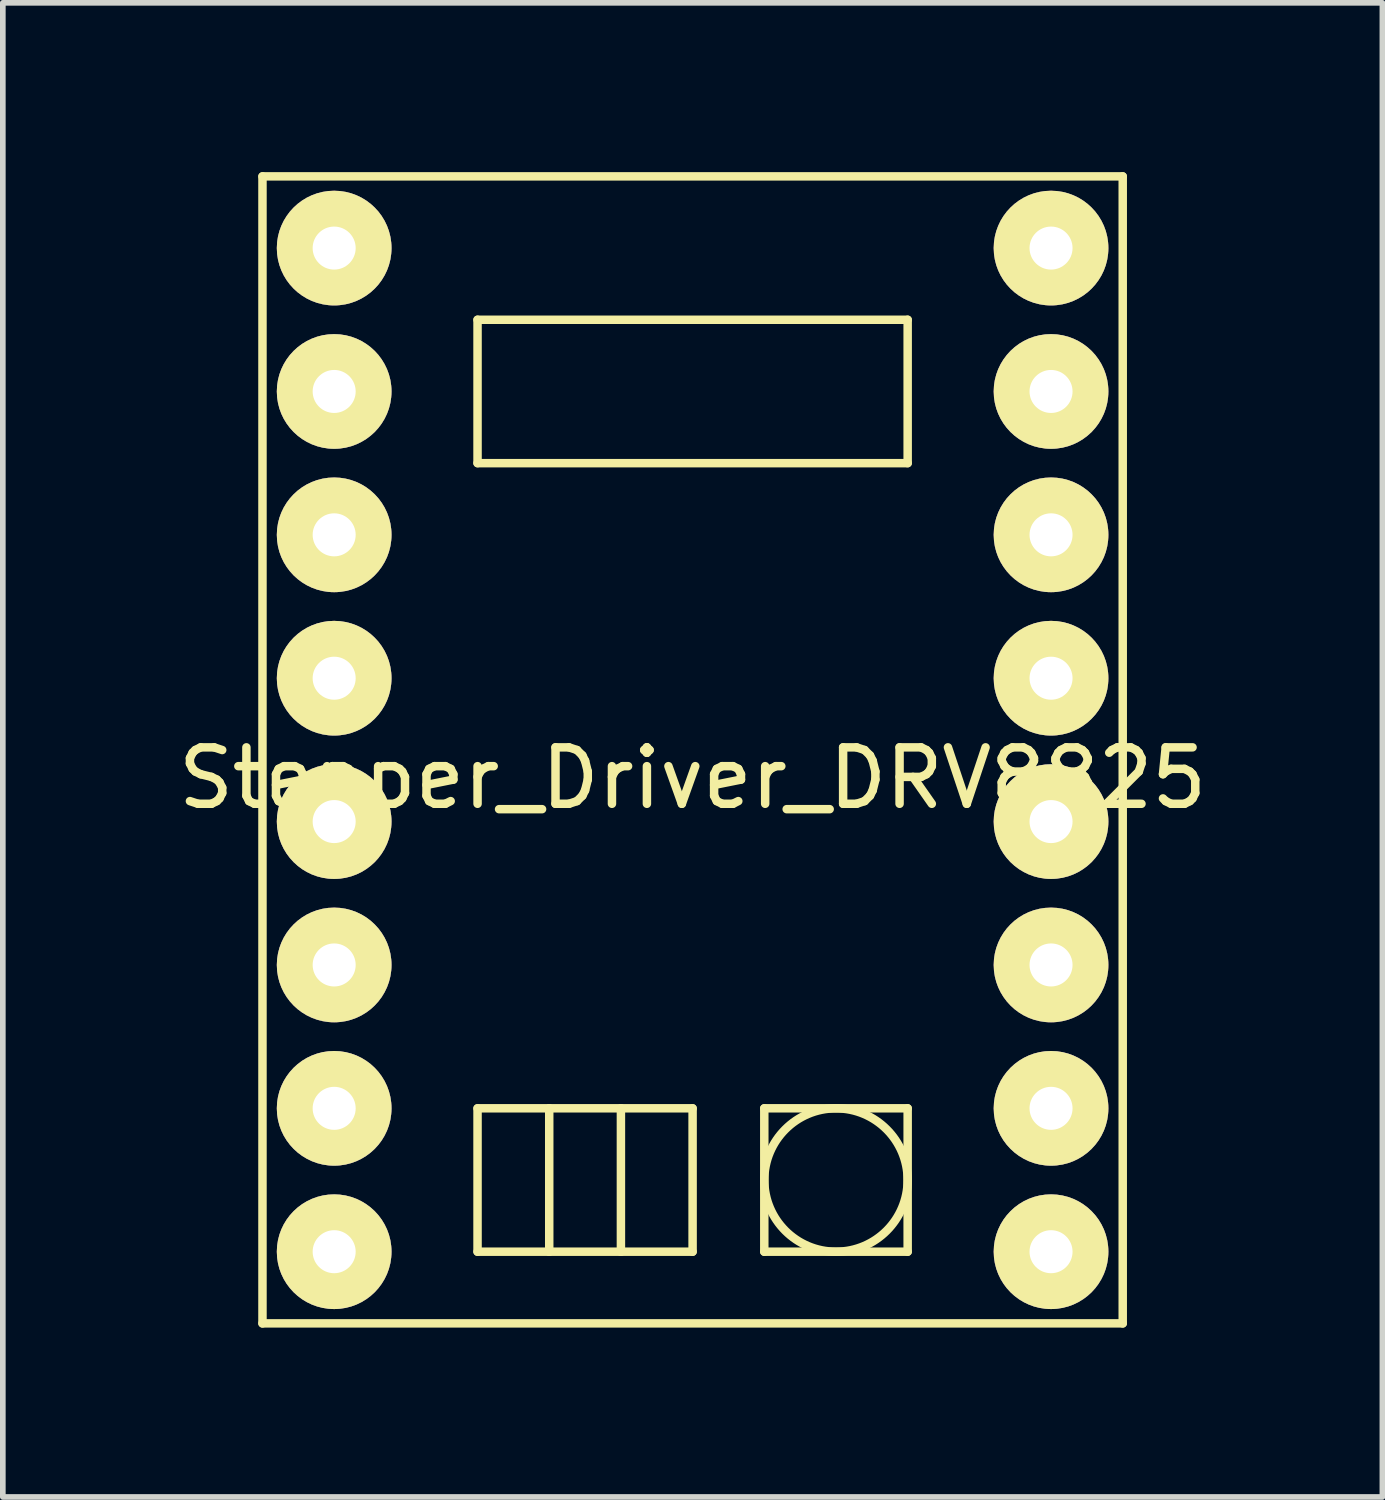
<source format=kicad_pcb>
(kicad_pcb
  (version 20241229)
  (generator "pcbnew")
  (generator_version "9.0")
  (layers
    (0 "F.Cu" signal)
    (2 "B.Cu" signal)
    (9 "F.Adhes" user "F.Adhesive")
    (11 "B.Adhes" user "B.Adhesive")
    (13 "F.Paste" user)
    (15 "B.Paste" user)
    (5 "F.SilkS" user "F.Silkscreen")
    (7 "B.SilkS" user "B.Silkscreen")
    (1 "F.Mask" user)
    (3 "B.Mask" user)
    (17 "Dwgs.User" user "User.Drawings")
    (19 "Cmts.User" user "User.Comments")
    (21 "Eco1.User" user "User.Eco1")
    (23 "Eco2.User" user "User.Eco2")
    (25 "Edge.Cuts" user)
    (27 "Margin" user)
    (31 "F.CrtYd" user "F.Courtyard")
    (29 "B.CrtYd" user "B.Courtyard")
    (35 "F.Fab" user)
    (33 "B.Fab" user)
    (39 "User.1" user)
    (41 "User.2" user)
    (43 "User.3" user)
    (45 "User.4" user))
  (footprint "Stepper_Driver_DRV8825"
    (layer "F.Cu")
    (at 9.22 10.235)
    (property "Reference" "Stepper_Driver_DRV8825" (at 0 0.5 0) (layer "F.SilkS") (effects (font (size 1 1) (thickness 0.15))))
    (attr through_hole)
    (fp_line (start -7.62 -10.16) (end 7.62 -10.16) (stroke (width 0.15) (type solid)) (layer "F.SilkS"))
    (fp_line (start -7.62 10.16) (end -7.62 -10.16) (stroke (width 0.15) (type solid)) (layer "F.SilkS"))
    (fp_line (start -3.81 -7.62) (end -3.81 -5.08) (stroke (width 0.15) (type solid)) (layer "F.SilkS"))
    (fp_line (start -3.81 -5.08) (end 3.81 -5.08) (stroke (width 0.15) (type solid)) (layer "F.SilkS"))
    (fp_line (start -3.81 6.35) (end -3.81 8.89) (stroke (width 0.15) (type solid)) (layer "F.SilkS"))
    (fp_line (start -3.81 8.89) (end -2.54 8.89) (stroke (width 0.15) (type solid)) (layer "F.SilkS"))
    (fp_line (start -2.54 6.35) (end -3.81 6.35) (stroke (width 0.15) (type solid)) (layer "F.SilkS"))
    (fp_line (start -2.54 6.35) (end -1.27 6.35) (stroke (width 0.15) (type solid)) (layer "F.SilkS"))
    (fp_line (start -2.54 8.89) (end -2.54 6.35) (stroke (width 0.15) (type solid)) (layer "F.SilkS"))
    (fp_line (start -1.27 6.35) (end -1.27 8.89) (stroke (width 0.15) (type solid)) (layer "F.SilkS"))
    (fp_line (start -1.27 6.35) (end 0 6.35) (stroke (width 0.15) (type solid)) (layer "F.SilkS"))
    (fp_line (start -1.27 8.89) (end -2.54 8.89) (stroke (width 0.15) (type solid)) (layer "F.SilkS"))
    (fp_line (start 0 6.35) (end 0 8.89) (stroke (width 0.15) (type solid)) (layer "F.SilkS"))
    (fp_line (start 0 8.89) (end -1.27 8.89) (stroke (width 0.15) (type solid)) (layer "F.SilkS"))
    (fp_line (start 1.27 6.35) (end 1.27 8.89) (stroke (width 0.15) (type solid)) (layer "F.SilkS"))
    (fp_line (start 1.27 8.89) (end 3.81 8.89) (stroke (width 0.15) (type solid)) (layer "F.SilkS"))
    (fp_line (start 3.81 -7.62) (end -3.81 -7.62) (stroke (width 0.15) (type solid)) (layer "F.SilkS"))
    (fp_line (start 3.81 -5.08) (end 3.81 -7.62) (stroke (width 0.15) (type solid)) (layer "F.SilkS"))
    (fp_line (start 3.81 6.35) (end 1.27 6.35) (stroke (width 0.15) (type solid)) (layer "F.SilkS"))
    (fp_line (start 3.81 8.89) (end 3.81 6.35) (stroke (width 0.15) (type solid)) (layer "F.SilkS"))
    (fp_line (start 7.62 -10.16) (end 7.62 10.16) (stroke (width 0.15) (type solid)) (layer "F.SilkS"))
    (fp_line (start 7.62 10.16) (end -7.62 10.16) (stroke (width 0.15) (type solid)) (layer "F.SilkS"))
    (fp_circle (center 2.54 7.62) (end 3.81 7.62) (stroke (width 0.15) (type solid)) (fill no) (layer "F.SilkS"))
    (pad "1" thru_hole circle (at -6.35 -8.89) (size 2.032 2.032) (drill 0.762) (layers "*.Cu" "*.Mask" "F.SilkS"))
    (pad "2" thru_hole circle (at -6.35 -6.35) (size 2.032 2.032) (drill 0.762) (layers "*.Cu" "*.Mask" "F.SilkS"))
    (pad "3" thru_hole circle (at -6.35 -3.81) (size 2.032 2.032) (drill 0.762) (layers "*.Cu" "*.Mask" "F.SilkS"))
    (pad "4" thru_hole circle (at -6.35 -1.27) (size 2.032 2.032) (drill 0.762) (layers "*.Cu" "*.Mask" "F.SilkS"))
    (pad "5" thru_hole circle (at -6.35 1.27) (size 2.032 2.032) (drill 0.762) (layers "*.Cu" "*.Mask" "F.SilkS"))
    (pad "6" thru_hole circle (at -6.35 3.81) (size 2.032 2.032) (drill 0.762) (layers "*.Cu" "*.Mask" "F.SilkS"))
    (pad "7" thru_hole circle (at -6.35 6.35) (size 2.032 2.032) (drill 0.762) (layers "*.Cu" "*.Mask" "F.SilkS"))
    (pad "8" thru_hole circle (at -6.35 8.89) (size 2.032 2.032) (drill 0.762) (layers "*.Cu" "*.Mask" "F.SilkS"))
    (pad "9" thru_hole circle (at 6.35 8.89) (size 2.032 2.032) (drill 0.762) (layers "*.Cu" "*.Mask" "F.SilkS"))
    (pad "10" thru_hole circle (at 6.35 6.35) (size 2.032 2.032) (drill 0.762) (layers "*.Cu" "*.Mask" "F.SilkS"))
    (pad "11" thru_hole circle (at 6.35 3.81) (size 2.032 2.032) (drill 0.762) (layers "*.Cu" "*.Mask" "F.SilkS"))
    (pad "12" thru_hole circle (at 6.35 1.27) (size 2.032 2.032) (drill 0.762) (layers "*.Cu" "*.Mask" "F.SilkS"))
    (pad "13" thru_hole circle (at 6.35 -1.27) (size 2.032 2.032) (drill 0.762) (layers "*.Cu" "*.Mask" "F.SilkS"))
    (pad "14" thru_hole circle (at 6.35 -3.81) (size 2.032 2.032) (drill 0.762) (layers "*.Cu" "*.Mask" "F.SilkS"))
    (pad "15" thru_hole circle (at 6.35 -6.35) (size 2.032 2.032) (drill 0.762) (layers "*.Cu" "*.Mask" "F.SilkS"))
    (pad "16" thru_hole circle (at 6.35 -8.89) (size 2.032 2.032) (drill 0.762) (layers "*.Cu" "*.Mask" "F.SilkS")))
  (gr_rect
    (start -3 -3)
    (end 21.44 23.47)
    (stroke (width 0.1) (type default))
    (fill no)
    (layer "Edge.Cuts")))
</source>
